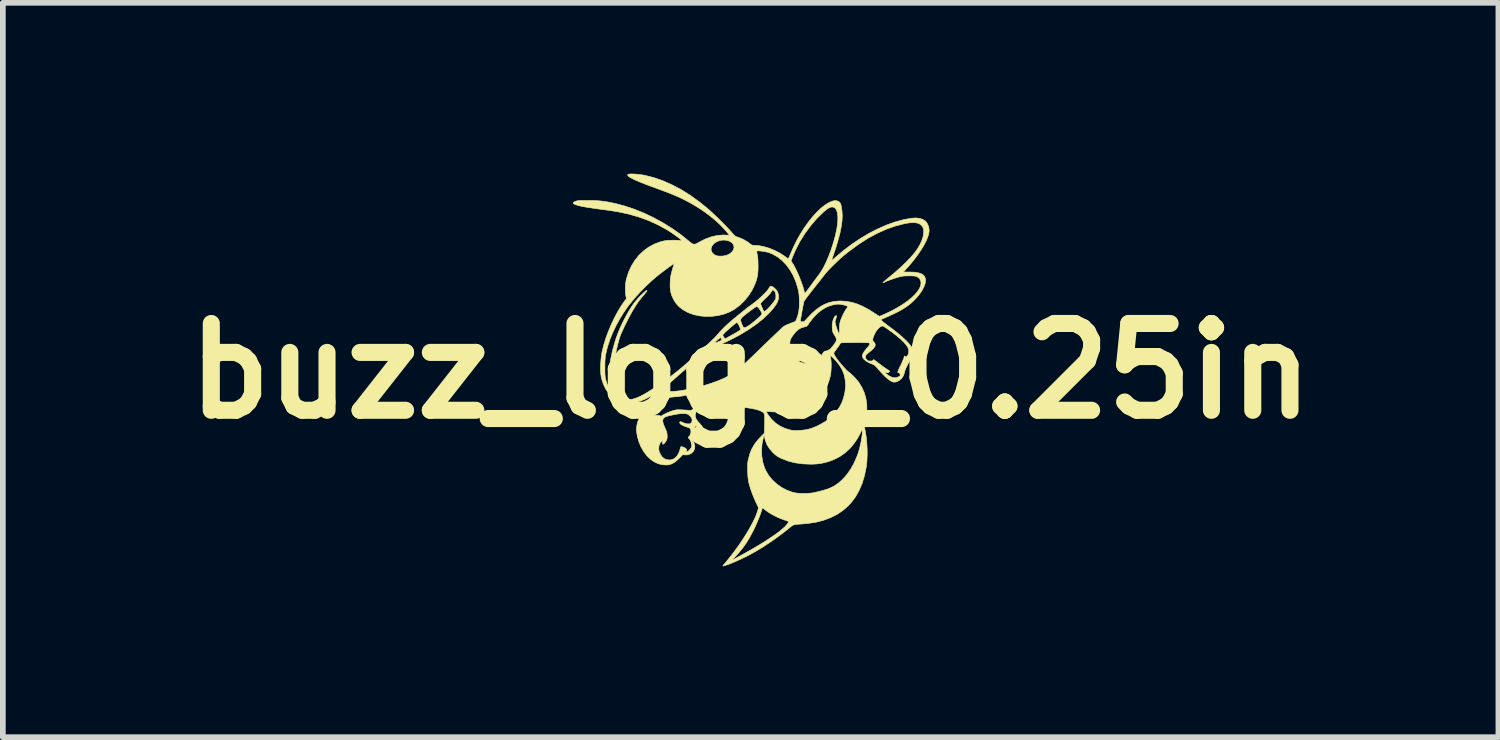
<source format=kicad_pcb>
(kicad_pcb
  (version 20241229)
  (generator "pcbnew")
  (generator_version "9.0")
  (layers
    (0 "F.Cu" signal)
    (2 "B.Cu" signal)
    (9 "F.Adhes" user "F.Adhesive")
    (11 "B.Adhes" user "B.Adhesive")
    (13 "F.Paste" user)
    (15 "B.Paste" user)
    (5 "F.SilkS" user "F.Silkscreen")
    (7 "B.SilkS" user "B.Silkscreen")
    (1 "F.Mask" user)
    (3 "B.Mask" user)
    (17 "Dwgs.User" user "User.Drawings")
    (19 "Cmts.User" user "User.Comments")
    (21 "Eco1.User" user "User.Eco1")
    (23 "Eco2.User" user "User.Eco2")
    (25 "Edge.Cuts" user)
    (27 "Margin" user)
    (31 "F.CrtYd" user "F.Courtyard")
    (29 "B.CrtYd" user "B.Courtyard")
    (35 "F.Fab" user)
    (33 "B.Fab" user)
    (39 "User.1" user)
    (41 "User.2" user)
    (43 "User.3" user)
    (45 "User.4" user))
  (footprint "buzz_logo_0.25in"
    (layer "F.Cu")
    (at 10.131 3.465)
    (property "Reference" "buzz_logo_0.25in" (at 0 0 0) (layer "F.SilkS") (effects (font (size 1.524 1.524) (thickness 0.3))))
    (attr through_hole)
    (fp_poly (pts (xy -2.039 -3.459) (xy -1.991 -3.455) (xy -1.943 -3.45) (xy -1.896 -3.443) (xy -1.861 -3.437) (xy -1.7 -3.396) (xy -1.539 -3.34) (xy -1.379 -3.269) (xy -1.218 -3.184) (xy -1.057 -3.083) (xy -0.896 -2.966) (xy -0.778 -2.872) (xy -0.734 -2.834) (xy -0.682 -2.787) (xy -0.626 -2.734) (xy -0.567 -2.677) (xy -0.508 -2.619) (xy -0.452 -2.562) (xy -0.4 -2.509) (xy -0.357 -2.462) (xy -0.33 -2.431) (xy -0.303 -2.401) (xy -0.284 -2.381) (xy -0.267 -2.368) (xy -0.25 -2.359) (xy -0.231 -2.353) (xy -0.174 -2.332) (xy -0.114 -2.303) (xy -0.057 -2.269) (xy -0.024 -2.245) (xy 0.001 -2.225) (xy 0.02 -2.214) (xy 0.037 -2.208) (xy 0.059 -2.207) (xy 0.073 -2.207) (xy 0.153 -2.2) (xy 0.239 -2.183) (xy 0.328 -2.156) (xy 0.418 -2.119) (xy 0.505 -2.075) (xy 0.586 -2.024) (xy 0.595 -2.017) (xy 0.62 -1.999) (xy 0.641 -1.984) (xy 0.654 -1.975) (xy 0.656 -1.975) (xy 0.663 -1.978) (xy 0.673 -1.994) (xy 0.687 -2.025) (xy 0.699 -2.054) (xy 0.752 -2.175) (xy 0.81 -2.293) (xy 0.874 -2.407) (xy 0.942 -2.514) (xy 1.013 -2.614) (xy 1.086 -2.706) (xy 1.16 -2.787) (xy 1.233 -2.857) (xy 1.306 -2.915) (xy 1.377 -2.958) (xy 1.382 -2.96) (xy 1.431 -2.982) (xy 1.472 -2.992) (xy 1.507 -2.991) (xy 1.538 -2.98) (xy 1.549 -2.973) (xy 1.563 -2.961) (xy 1.575 -2.947) (xy 1.583 -2.927) (xy 1.591 -2.899) (xy 1.597 -2.86) (xy 1.604 -2.814) (xy 1.609 -2.731) (xy 1.605 -2.638) (xy 1.591 -2.534) (xy 1.568 -2.419) (xy 1.535 -2.294) (xy 1.493 -2.156) (xy 1.478 -2.111) (xy 1.462 -2.066) (xy 1.448 -2.024) (xy 1.437 -1.99) (xy 1.428 -1.965) (xy 1.424 -1.953) (xy 1.424 -1.947) (xy 1.431 -1.949) (xy 1.446 -1.959) (xy 1.471 -1.98) (xy 1.485 -1.993) (xy 1.629 -2.114) (xy 1.777 -2.226) (xy 1.928 -2.327) (xy 2.08 -2.418) (xy 2.233 -2.496) (xy 2.385 -2.563) (xy 2.534 -2.616) (xy 2.68 -2.657) (xy 2.822 -2.683) (xy 2.828 -2.683) (xy 2.9 -2.688) (xy 2.964 -2.681) (xy 3.019 -2.664) (xy 3.064 -2.637) (xy 3.09 -2.609) (xy 3.112 -2.57) (xy 3.128 -2.523) (xy 3.135 -2.475) (xy 3.135 -2.467) (xy 3.129 -2.417) (xy 3.112 -2.358) (xy 3.085 -2.291) (xy 3.048 -2.219) (xy 3.002 -2.141) (xy 2.949 -2.061) (xy 2.888 -1.978) (xy 2.821 -1.894) (xy 2.749 -1.811) (xy 2.745 -1.808) (xy 2.682 -1.738) (xy 2.788 -1.738) (xy 2.868 -1.736) (xy 2.933 -1.727) (xy 2.985 -1.713) (xy 3.024 -1.692) (xy 3.051 -1.664) (xy 3.067 -1.629) (xy 3.072 -1.588) (xy 3.065 -1.538) (xy 3.045 -1.483) (xy 3.015 -1.424) (xy 2.975 -1.362) (xy 2.926 -1.301) (xy 2.871 -1.242) (xy 2.811 -1.186) (xy 2.746 -1.137) (xy 2.729 -1.125) (xy 2.678 -1.093) (xy 2.624 -1.061) (xy 2.563 -1.029) (xy 2.494 -0.996) (xy 2.412 -0.958) (xy 2.407 -0.956) (xy 2.286 -0.902) (xy 2.304 -0.882) (xy 2.315 -0.872) (xy 2.337 -0.854) (xy 2.368 -0.83) (xy 2.405 -0.801) (xy 2.448 -0.769) (xy 2.477 -0.748) (xy 2.548 -0.693) (xy 2.615 -0.638) (xy 2.675 -0.585) (xy 2.728 -0.536) (xy 2.772 -0.49) (xy 2.804 -0.451) (xy 2.821 -0.427) (xy 2.833 -0.405) (xy 2.839 -0.387) (xy 2.841 -0.365) (xy 2.841 -0.334) (xy 2.84 -0.327) (xy 2.838 -0.296) (xy 2.834 -0.27) (xy 2.825 -0.246) (xy 2.811 -0.216) (xy 2.802 -0.198) (xy 2.774 -0.144) (xy 2.752 -0.101) (xy 2.735 -0.067) (xy 2.723 -0.04) (xy 2.714 -0.017) (xy 2.707 0.005) (xy 2.702 0.027) (xy 2.701 0.031) (xy 2.681 0.086) (xy 2.651 0.13) (xy 2.609 0.165) (xy 2.584 0.179) (xy 2.547 0.193) (xy 2.514 0.195) (xy 2.481 0.186) (xy 2.444 0.164) (xy 2.431 0.155) (xy 2.396 0.128) (xy 2.363 0.099) (xy 2.329 0.065) (xy 2.291 0.024) (xy 2.246 -0.027) (xy 2.245 -0.028) (xy 2.217 -0.06) (xy 2.195 -0.084) (xy 2.177 -0.099) (xy 2.16 -0.111) (xy 2.141 -0.12) (xy 2.117 -0.129) (xy 2.065 -0.152) (xy 2.021 -0.179) (xy 1.988 -0.208) (xy 1.968 -0.238) (xy 1.965 -0.248) (xy 2.016 -0.248) (xy 2.024 -0.218) (xy 2.039 -0.198) (xy 2.057 -0.183) (xy 2.075 -0.176) (xy 2.101 -0.175) (xy 2.103 -0.175) (xy 2.128 -0.176) (xy 2.142 -0.18) (xy 2.149 -0.189) (xy 2.15 -0.191) (xy 2.153 -0.197) (xy 2.159 -0.199) (xy 2.169 -0.195) (xy 2.186 -0.183) (xy 2.212 -0.164) (xy 2.231 -0.149) (xy 2.284 -0.109) (xy 2.328 -0.076) (xy 2.366 -0.049) (xy 2.403 -0.025) (xy 2.412 -0.02) (xy 2.432 -0.007) (xy 2.44 0.001) (xy 2.439 0.009) (xy 2.432 0.017) (xy 2.419 0.027) (xy 2.401 0.029) (xy 2.386 0.028) (xy 2.353 0.023) (xy 2.385 0.052) (xy 2.423 0.08) (xy 2.464 0.102) (xy 2.503 0.116) (xy 2.528 0.119) (xy 2.556 0.115) (xy 2.586 0.106) (xy 2.594 0.103) (xy 2.614 0.092) (xy 2.626 0.082) (xy 2.627 0.078) (xy 2.623 0.053) (xy 2.613 0.036) (xy 2.603 0.032) (xy 2.588 0.027) (xy 2.583 0.023) (xy 2.585 0.013) (xy 2.592 -0.008) (xy 2.605 -0.038) (xy 2.622 -0.074) (xy 2.63 -0.09) (xy 2.65 -0.131) (xy 2.667 -0.17) (xy 2.681 -0.204) (xy 2.69 -0.228) (xy 2.692 -0.233) (xy 2.698 -0.256) (xy 2.702 -0.265) (xy 2.708 -0.263) (xy 2.712 -0.257) (xy 2.726 -0.248) (xy 2.741 -0.254) (xy 2.758 -0.275) (xy 2.764 -0.286) (xy 2.777 -0.327) (xy 2.776 -0.371) (xy 2.761 -0.413) (xy 2.759 -0.419) (xy 2.729 -0.461) (xy 2.687 -0.509) (xy 2.633 -0.561) (xy 2.568 -0.616) (xy 2.494 -0.674) (xy 2.412 -0.733) (xy 2.364 -0.766) (xy 2.339 -0.782) (xy 2.322 -0.789) (xy 2.31 -0.791) (xy 2.297 -0.787) (xy 2.294 -0.786) (xy 2.262 -0.766) (xy 2.229 -0.733) (xy 2.198 -0.69) (xy 2.178 -0.652) (xy 2.158 -0.606) (xy 2.147 -0.571) (xy 2.144 -0.545) (xy 2.151 -0.525) (xy 2.162 -0.511) (xy 2.182 -0.486) (xy 2.189 -0.46) (xy 2.182 -0.432) (xy 2.161 -0.401) (xy 2.125 -0.366) (xy 2.098 -0.344) (xy 2.07 -0.321) (xy 2.046 -0.3) (xy 2.029 -0.284) (xy 2.024 -0.278) (xy 2.016 -0.248) (xy 1.965 -0.248) (xy 1.961 -0.266) (xy 1.967 -0.294) (xy 1.986 -0.33) (xy 2.017 -0.372) (xy 2.043 -0.403) (xy 2.072 -0.437) (xy 2.089 -0.461) (xy 2.094 -0.478) (xy 2.089 -0.489) (xy 2.074 -0.495) (xy 2.06 -0.496) (xy 2.032 -0.497) (xy 1.994 -0.498) (xy 1.948 -0.499) (xy 1.896 -0.499) (xy 1.841 -0.499) (xy 1.786 -0.499) (xy 1.733 -0.498) (xy 1.685 -0.498) (xy 1.644 -0.497) (xy 1.614 -0.496) (xy 1.596 -0.495) (xy 1.593 -0.495) (xy 1.578 -0.489) (xy 1.572 -0.481) (xy 1.567 -0.471) (xy 1.555 -0.452) (xy 1.536 -0.425) (xy 1.516 -0.398) (xy 1.494 -0.368) (xy 1.476 -0.341) (xy 1.464 -0.322) (xy 1.46 -0.312) (xy 1.465 -0.295) (xy 1.478 -0.27) (xy 1.496 -0.24) (xy 1.518 -0.208) (xy 1.531 -0.191) (xy 1.573 -0.139) (xy 1.613 -0.092) (xy 1.651 -0.05) (xy 1.683 -0.016) (xy 1.709 0.008) (xy 1.719 0.015) (xy 1.757 0.046) (xy 1.8 0.086) (xy 1.842 0.13) (xy 1.879 0.173) (xy 1.899 0.198) (xy 1.954 0.289) (xy 1.996 0.383) (xy 2.025 0.483) (xy 2.04 0.59) (xy 2.041 0.703) (xy 2.029 0.824) (xy 2.016 0.904) (xy 1.999 0.986) (xy 2.015 1.066) (xy 2.03 1.16) (xy 2.04 1.263) (xy 2.046 1.369) (xy 2.047 1.476) (xy 2.042 1.578) (xy 2.033 1.671) (xy 2.028 1.699) (xy 1.998 1.843) (xy 1.957 1.975) (xy 1.906 2.095) (xy 1.845 2.204) (xy 1.772 2.303) (xy 1.715 2.366) (xy 1.622 2.447) (xy 1.519 2.517) (xy 1.406 2.574) (xy 1.283 2.62) (xy 1.149 2.655) (xy 1.004 2.677) (xy 0.929 2.684) (xy 0.872 2.688) (xy 0.828 2.691) (xy 0.795 2.695) (xy 0.77 2.699) (xy 0.75 2.705) (xy 0.733 2.714) (xy 0.716 2.726) (xy 0.696 2.741) (xy 0.677 2.757) (xy 0.573 2.84) (xy 0.46 2.924) (xy 0.343 3.006) (xy 0.227 3.083) (xy 0.114 3.152) (xy 0.067 3.179) (xy -0.007 3.22) (xy -0.086 3.261) (xy -0.167 3.3) (xy -0.246 3.336) (xy -0.321 3.368) (xy -0.388 3.395) (xy -0.445 3.414) (xy -0.451 3.416) (xy -0.475 3.423) (xy -0.486 3.425) (xy -0.488 3.422) (xy -0.483 3.415) (xy -0.474 3.404) (xy -0.457 3.383) (xy -0.435 3.357) (xy -0.413 3.33) (xy -0.411 3.328) (xy -0.337 3.328) (xy -0.274 3.294) (xy -0.244 3.278) (xy -0.205 3.256) (xy -0.16 3.232) (xy -0.114 3.207) (xy -0.095 3.196) (xy 0.024 3.129) (xy 0.135 3.064) (xy 0.238 3.001) (xy 0.331 2.94) (xy 0.415 2.883) (xy 0.488 2.831) (xy 0.548 2.782) (xy 0.597 2.739) (xy 0.632 2.701) (xy 0.643 2.687) (xy 0.657 2.666) (xy 0.665 2.65) (xy 0.667 2.645) (xy 0.66 2.64) (xy 0.641 2.632) (xy 0.613 2.622) (xy 0.597 2.617) (xy 0.528 2.592) (xy 0.456 2.561) (xy 0.387 2.525) (xy 0.322 2.487) (xy 0.267 2.448) (xy 0.24 2.426) (xy 0.209 2.398) (xy 0.191 2.455) (xy 0.17 2.516) (xy 0.143 2.586) (xy 0.112 2.66) (xy 0.08 2.734) (xy 0.047 2.801) (xy 0.043 2.81) (xy -0.017 2.922) (xy -0.077 3.021) (xy -0.141 3.11) (xy -0.21 3.194) (xy -0.261 3.25) (xy -0.337 3.328) (xy -0.411 3.328) (xy -0.34 3.24) (xy -0.27 3.147) (xy -0.201 3.051) (xy -0.137 2.956) (xy -0.077 2.861) (xy -0.022 2.769) (xy 0.026 2.682) (xy 0.067 2.601) (xy 0.099 2.528) (xy 0.121 2.464) (xy 0.125 2.45) (xy 0.138 2.399) (xy 0.089 2.297) (xy 0.056 2.221) (xy 0.024 2.141) (xy -0.004 2.06) (xy -0.026 1.984) (xy -0.036 1.945) (xy -0.041 1.913) (xy -0.046 1.871) (xy -0.05 1.821) (xy -0.053 1.769) (xy -0.053 1.758) (xy -0.054 1.705) (xy -0.054 1.664) (xy -0.053 1.63) (xy -0.049 1.599) (xy -0.044 1.567) (xy -0.041 1.556) (xy -0.014 1.453) (xy 0.014 1.385) (xy 0.192 1.385) (xy 0.196 1.494) (xy 0.213 1.599) (xy 0.244 1.698) (xy 0.267 1.75) (xy 0.318 1.835) (xy 0.382 1.913) (xy 0.456 1.982) (xy 0.54 2.042) (xy 0.63 2.09) (xy 0.726 2.126) (xy 0.774 2.138) (xy 0.82 2.145) (xy 0.876 2.149) (xy 0.937 2.15) (xy 0.999 2.149) (xy 1.056 2.144) (xy 1.096 2.139) (xy 1.145 2.128) (xy 1.201 2.115) (xy 1.258 2.1) (xy 1.311 2.085) (xy 1.357 2.07) (xy 1.374 2.064) (xy 1.459 2.024) (xy 1.54 1.97) (xy 1.617 1.901) (xy 1.688 1.821) (xy 1.754 1.728) (xy 1.812 1.625) (xy 1.862 1.513) (xy 1.884 1.456) (xy 1.898 1.41) (xy 1.912 1.36) (xy 1.925 1.306) (xy 1.937 1.253) (xy 1.946 1.201) (xy 1.954 1.152) (xy 1.959 1.11) (xy 1.962 1.076) (xy 1.961 1.052) (xy 1.957 1.041) (xy 1.955 1.04) (xy 1.949 1.047) (xy 1.939 1.065) (xy 1.927 1.09) (xy 1.925 1.093) (xy 1.898 1.146) (xy 1.863 1.204) (xy 1.822 1.263) (xy 1.78 1.318) (xy 1.739 1.364) (xy 1.736 1.367) (xy 1.651 1.443) (xy 1.56 1.506) (xy 1.461 1.555) (xy 1.389 1.583) (xy 1.311 1.606) (xy 1.237 1.622) (xy 1.161 1.632) (xy 1.078 1.636) (xy 1.048 1.636) (xy 0.91 1.63) (xy 0.781 1.612) (xy 0.661 1.582) (xy 0.551 1.539) (xy 0.532 1.531) (xy 0.491 1.51) (xy 0.459 1.491) (xy 0.431 1.469) (xy 0.401 1.441) (xy 0.385 1.426) (xy 0.328 1.359) (xy 0.285 1.289) (xy 0.258 1.217) (xy 0.255 1.206) (xy 0.249 1.179) (xy 0.243 1.153) (xy 0.241 1.147) (xy 0.238 1.134) (xy 0.235 1.132) (xy 0.231 1.142) (xy 0.225 1.163) (xy 0.201 1.274) (xy 0.192 1.385) (xy 0.014 1.385) (xy 0.025 1.36) (xy 0.076 1.274) (xy 0.141 1.194) (xy 0.166 1.167) (xy 0.241 1.092) (xy 0.245 0.927) (xy 0.246 0.867) (xy 0.246 0.821) (xy 0.245 0.786) (xy 0.241 0.761) (xy 0.234 0.743) (xy 0.224 0.729) (xy 0.21 0.719) (xy 0.193 0.71) (xy 0.272 0.71) (xy 0.275 0.717) (xy 0.285 0.734) (xy 0.3 0.757) (xy 0.306 0.767) (xy 0.367 0.846) (xy 0.438 0.913) (xy 0.518 0.968) (xy 0.607 1.009) (xy 0.705 1.037) (xy 0.721 1.04) (xy 0.764 1.045) (xy 0.817 1.045) (xy 0.875 1.042) (xy 0.935 1.036) (xy 0.991 1.027) (xy 1.019 1.021) (xy 1.088 0.999) (xy 1.163 0.968) (xy 1.237 0.931) (xy 1.304 0.891) (xy 1.337 0.868) (xy 1.379 0.834) (xy 1.423 0.794) (xy 1.467 0.75) (xy 1.507 0.705) (xy 1.541 0.664) (xy 1.563 0.631) (xy 1.603 0.553) (xy 1.634 0.466) (xy 1.655 0.374) (xy 1.666 0.282) (xy 1.667 0.248) (xy 1.66 0.152) (xy 1.641 0.063) (xy 1.608 -0.021) (xy 1.56 -0.102) (xy 1.498 -0.18) (xy 1.464 -0.215) (xy 1.439 -0.24) (xy 1.418 -0.259) (xy 1.404 -0.271) (xy 1.399 -0.274) (xy 1.399 -0.266) (xy 1.401 -0.246) (xy 1.406 -0.225) (xy 1.412 -0.182) (xy 1.415 -0.128) (xy 1.415 -0.069) (xy 1.412 -0.01) (xy 1.407 0.045) (xy 1.402 0.074) (xy 1.384 0.147) (xy 1.358 0.222) (xy 1.327 0.297) (xy 1.291 0.368) (xy 1.252 0.432) (xy 1.212 0.487) (xy 1.171 0.529) (xy 1.164 0.536) (xy 1.113 0.572) (xy 1.052 0.607) (xy 0.986 0.638) (xy 0.933 0.658) (xy 0.844 0.682) (xy 0.745 0.701) (xy 0.639 0.714) (xy 0.529 0.72) (xy 0.422 0.719) (xy 0.369 0.716) (xy 0.332 0.713) (xy 0.302 0.711) (xy 0.28 0.71) (xy 0.272 0.71) (xy 0.272 0.71) (xy 0.193 0.71) (xy 0.191 0.709) (xy 0.181 0.704) (xy 0.155 0.693) (xy 0.126 0.683) (xy 0.094 0.674) (xy 0.055 0.665) (xy 0.008 0.656) (xy -0.048 0.648) (xy -0.116 0.638) (xy -0.197 0.628) (xy -0.234 0.623) (xy -0.275 0.619) (xy -0.327 0.615) (xy -0.386 0.61) (xy -0.448 0.607) (xy -0.508 0.604) (xy -0.516 0.603) (xy -0.589 0.6) (xy -0.647 0.596) (xy -0.695 0.591) (xy -0.734 0.584) (xy -0.767 0.576) (xy -0.796 0.566) (xy -0.82 0.554) (xy -0.839 0.545) (xy -0.851 0.541) (xy -0.852 0.541) (xy -0.857 0.549) (xy -0.868 0.566) (xy -0.884 0.59) (xy -0.89 0.6) (xy -0.927 0.658) (xy -0.952 0.707) (xy -0.968 0.748) (xy -0.973 0.784) (xy -0.968 0.817) (xy -0.953 0.849) (xy -0.928 0.883) (xy -0.904 0.91) (xy -0.867 0.952) (xy -0.842 0.988) (xy -0.829 1.02) (xy -0.826 1.051) (xy -0.833 1.083) (xy -0.837 1.091) (xy -0.853 1.115) (xy -0.88 1.134) (xy -0.921 1.151) (xy -0.956 1.162) (xy -0.983 1.17) (xy -1.005 1.18) (xy -1.015 1.186) (xy -1.022 1.195) (xy -1.022 1.205) (xy -1.016 1.221) (xy -1.006 1.24) (xy -0.988 1.281) (xy -0.98 1.314) (xy -0.981 1.347) (xy -0.985 1.368) (xy -1.002 1.407) (xy -1.032 1.439) (xy -1.07 1.461) (xy -1.113 1.473) (xy -1.156 1.473) (xy -1.19 1.468) (xy -1.256 1.534) (xy -1.305 1.579) (xy -1.349 1.611) (xy -1.392 1.633) (xy -1.437 1.646) (xy -1.472 1.65) (xy -1.548 1.646) (xy -1.623 1.628) (xy -1.695 1.594) (xy -1.758 1.55) (xy -1.82 1.491) (xy -1.875 1.419) (xy -1.908 1.361) (xy -1.615 1.361) (xy -1.608 1.408) (xy -1.585 1.464) (xy -1.554 1.508) (xy -1.515 1.54) (xy -1.47 1.558) (xy -1.42 1.562) (xy -1.379 1.555) (xy -1.339 1.536) (xy -1.302 1.504) (xy -1.272 1.459) (xy -1.248 1.406) (xy -1.237 1.367) (xy -1.231 1.343) (xy -1.226 1.331) (xy -1.217 1.328) (xy -1.203 1.33) (xy -1.173 1.34) (xy -1.145 1.355) (xy -1.126 1.373) (xy -1.124 1.375) (xy -1.12 1.388) (xy -1.13 1.399) (xy -1.131 1.401) (xy -1.141 1.409) (xy -1.138 1.412) (xy -1.122 1.413) (xy -1.103 1.409) (xy -1.084 1.397) (xy -1.069 1.381) (xy -1.047 1.353) (xy -1.036 1.328) (xy -1.035 1.3) (xy -1.04 1.275) (xy -1.053 1.23) (xy -1.07 1.198) (xy -1.087 1.181) (xy -1.095 1.175) (xy -1.096 1.167) (xy -1.087 1.155) (xy -1.075 1.141) (xy -1.058 1.12) (xy -1.05 1.1) (xy -1.048 1.075) (xy -1.048 1.071) (xy -1.05 1.037) (xy -1.058 1.015) (xy -1.063 1.011) (xy -0.982 1.011) (xy -0.979 1.04) (xy -0.973 1.069) (xy -0.966 1.095) (xy -0.957 1.113) (xy -0.949 1.119) (xy -0.937 1.114) (xy -0.92 1.101) (xy -0.914 1.096) (xy -0.894 1.072) (xy -0.888 1.048) (xy -0.898 1.024) (xy -0.922 0.998) (xy -0.928 0.993) (xy -0.95 0.976) (xy -0.963 0.968) (xy -0.972 0.968) (xy -0.976 0.972) (xy -0.981 0.987) (xy -0.982 1.011) (xy -1.063 1.011) (xy -1.075 1) (xy -1.104 0.989) (xy -1.105 0.988) (xy -1.162 0.969) (xy -1.203 0.95) (xy -1.231 0.932) (xy -1.244 0.914) (xy -1.246 0.903) (xy -1.241 0.892) (xy -1.227 0.89) (xy -1.201 0.899) (xy -1.179 0.909) (xy -1.145 0.922) (xy -1.11 0.928) (xy -1.078 0.928) (xy -1.054 0.921) (xy -1.046 0.915) (xy -1.031 0.888) (xy -1.027 0.856) (xy -1.035 0.828) (xy -1.056 0.798) (xy -1.084 0.772) (xy -1.113 0.755) (xy -1.114 0.755) (xy -1.146 0.748) (xy -1.192 0.747) (xy -1.25 0.751) (xy -1.318 0.761) (xy -1.362 0.77) (xy -1.416 0.781) (xy -1.457 0.792) (xy -1.488 0.802) (xy -1.509 0.812) (xy -1.523 0.824) (xy -1.534 0.838) (xy -1.536 0.842) (xy -1.543 0.86) (xy -1.544 0.88) (xy -1.539 0.906) (xy -1.529 0.939) (xy -1.511 0.982) (xy -1.499 1.01) (xy -1.483 1.047) (xy -1.473 1.076) (xy -1.468 1.101) (xy -1.466 1.128) (xy -1.465 1.139) (xy -1.466 1.173) (xy -1.47 1.197) (xy -1.48 1.219) (xy -1.487 1.232) (xy -1.507 1.261) (xy -1.527 1.28) (xy -1.543 1.286) (xy -1.546 1.279) (xy -1.548 1.261) (xy -1.548 1.253) (xy -1.548 1.22) (xy -1.565 1.235) (xy -1.592 1.27) (xy -1.609 1.314) (xy -1.615 1.361) (xy -1.908 1.361) (xy -1.923 1.337) (xy -1.961 1.247) (xy -1.988 1.153) (xy -2.004 1.06) (xy -2.005 1.016) (xy -2 0.967) (xy -1.99 0.917) (xy -1.976 0.874) (xy -1.969 0.859) (xy -1.949 0.828) (xy -1.923 0.802) (xy -1.818 0.802) (xy -1.811 0.803) (xy -1.793 0.799) (xy -1.768 0.792) (xy -1.732 0.783) (xy -1.693 0.777) (xy -1.671 0.775) (xy -1.64 0.776) (xy -1.611 0.781) (xy -1.597 0.785) (xy -1.578 0.791) (xy -1.566 0.79) (xy -1.558 0.784) (xy -1.536 0.769) (xy -1.503 0.752) (xy -1.463 0.733) (xy -1.419 0.715) (xy -1.375 0.7) (xy -1.347 0.691) (xy -1.324 0.685) (xy -1.303 0.682) (xy -1.279 0.68) (xy -1.248 0.68) (xy -1.207 0.682) (xy -1.191 0.683) (xy -1.149 0.685) (xy -1.111 0.688) (xy -1.083 0.69) (xy -1.065 0.693) (xy -1.062 0.694) (xy -1.05 0.694) (xy -1.031 0.682) (xy -1.013 0.667) (xy -0.981 0.632) (xy -0.959 0.594) (xy -0.946 0.549) (xy -0.942 0.53) (xy -0.943 0.516) (xy -0.95 0.501) (xy -0.966 0.481) (xy -0.971 0.474) (xy -0.992 0.45) (xy -1.013 0.429) (xy -1.026 0.418) (xy -1.041 0.408) (xy -1.054 0.406) (xy -1.073 0.409) (xy -1.086 0.412) (xy -1.138 0.426) (xy -1.19 0.437) (xy -1.246 0.445) (xy -1.312 0.452) (xy -1.327 0.453) (xy -1.435 0.463) (xy -1.45 0.494) (xy -1.459 0.511) (xy -1.473 0.532) (xy -1.493 0.558) (xy -1.522 0.591) (xy -1.56 0.633) (xy -1.582 0.658) (xy -1.596 0.671) (xy -1.614 0.684) (xy -1.639 0.698) (xy -1.673 0.715) (xy -1.718 0.735) (xy -1.738 0.743) (xy -1.764 0.756) (xy -1.789 0.772) (xy -1.808 0.787) (xy -1.817 0.799) (xy -1.818 0.802) (xy -1.923 0.802) (xy -1.918 0.797) (xy -1.876 0.765) (xy -1.821 0.731) (xy -1.763 0.699) (xy -1.698 0.664) (xy -1.647 0.631) (xy -1.607 0.6) (xy -1.577 0.57) (xy -1.555 0.538) (xy -1.551 0.53) (xy -1.54 0.507) (xy -1.536 0.492) (xy -1.538 0.481) (xy -1.544 0.471) (xy -1.551 0.46) (xy -1.56 0.453) (xy -1.571 0.447) (xy -1.59 0.443) (xy -1.62 0.438) (xy -1.647 0.433) (xy -1.718 0.423) (xy -1.778 0.456) (xy -1.861 0.498) (xy -1.94 0.53) (xy -1.988 0.544) (xy -2.03 0.552) (xy -2.081 0.558) (xy -2.133 0.561) (xy -2.184 0.562) (xy -2.228 0.559) (xy -2.248 0.556) (xy -2.318 0.534) (xy -2.384 0.497) (xy -2.445 0.447) (xy -2.499 0.386) (xy -2.546 0.314) (xy -2.585 0.233) (xy -2.614 0.145) (xy -2.624 0.104) (xy -2.631 0.052) (xy -2.635 -0.012) (xy -2.635 -0.06) (xy -2.559 -0.06) (xy -2.559 -0.002) (xy -2.558 0.042) (xy -2.556 0.076) (xy -2.554 0.104) (xy -2.55 0.128) (xy -2.544 0.152) (xy -2.541 0.162) (xy -2.524 0.217) (xy -2.501 0.271) (xy -2.475 0.32) (xy -2.45 0.359) (xy -2.44 0.371) (xy -2.413 0.401) (xy -2.426 0.369) (xy -2.457 0.274) (xy -2.476 0.169) (xy -2.482 0.054) (xy -2.476 -0.071) (xy -2.458 -0.206) (xy -2.427 -0.351) (xy -2.385 -0.505) (xy -2.36 -0.583) (xy -2.328 -0.669) (xy -2.289 -0.762) (xy -2.244 -0.858) (xy -2.195 -0.953) (xy -2.144 -1.044) (xy -2.093 -1.127) (xy -2.046 -1.195) (xy -2.023 -1.224) (xy -1.994 -1.257) (xy -1.963 -1.292) (xy -1.931 -1.325) (xy -1.899 -1.356) (xy -1.87 -1.383) (xy -1.846 -1.403) (xy -1.829 -1.414) (xy -1.822 -1.416) (xy -1.819 -1.411) (xy -1.823 -1.401) (xy -1.836 -1.383) (xy -1.858 -1.357) (xy -1.866 -1.347) (xy -1.921 -1.283) (xy -1.969 -1.22) (xy -2.015 -1.152) (xy -2.063 -1.075) (xy -2.089 -1.029) (xy -2.119 -0.975) (xy -2.15 -0.916) (xy -2.181 -0.854) (xy -2.212 -0.793) (xy -2.239 -0.734) (xy -2.264 -0.681) (xy -2.283 -0.636) (xy -2.296 -0.602) (xy -2.297 -0.599) (xy -2.329 -0.487) (xy -2.357 -0.368) (xy -2.381 -0.245) (xy -2.398 -0.124) (xy -2.409 -0.008) (xy -2.413 0.098) (xy -2.413 0.099) (xy -2.409 0.198) (xy -2.398 0.282) (xy -2.379 0.353) (xy -2.352 0.41) (xy -2.318 0.454) (xy -2.276 0.485) (xy -2.225 0.502) (xy -2.166 0.507) (xy -2.099 0.499) (xy -2.069 0.493) (xy -2.032 0.482) (xy -1.993 0.468) (xy -1.953 0.451) (xy -1.91 0.43) (xy -1.861 0.403) (xy -1.806 0.371) (xy -1.744 0.331) (xy -1.671 0.284) (xy -1.588 0.229) (xy -1.573 0.218) (xy -1.473 0.148) (xy -1.364 0.065) (xy -1.245 -0.03) (xy -1.118 -0.138) (xy -0.981 -0.258) (xy -0.975 -0.263) (xy -0.909 -0.323) (xy -0.844 -0.382) (xy -0.783 -0.438) (xy -0.727 -0.492) (xy -0.724 -0.495) (xy -0.635 -0.495) (xy -0.633 -0.492) (xy -0.633 -0.492) (xy -0.625 -0.494) (xy -0.607 -0.5) (xy -0.594 -0.503) (xy -0.557 -0.517) (xy -0.528 -0.53) (xy -0.512 -0.543) (xy -0.508 -0.55) (xy -0.512 -0.564) (xy -0.519 -0.576) (xy -0.525 -0.582) (xy -0.532 -0.583) (xy -0.543 -0.578) (xy -0.56 -0.564) (xy -0.583 -0.545) (xy -0.61 -0.52) (xy -0.627 -0.504) (xy -0.635 -0.495) (xy -0.724 -0.495) (xy -0.677 -0.54) (xy -0.634 -0.583) (xy -0.6 -0.618) (xy -0.597 -0.622) (xy -0.488 -0.622) (xy -0.48 -0.607) (xy -0.472 -0.595) (xy -0.458 -0.576) (xy -0.448 -0.569) (xy -0.437 -0.571) (xy -0.434 -0.573) (xy -0.421 -0.58) (xy -0.398 -0.593) (xy -0.366 -0.611) (xy -0.329 -0.632) (xy -0.306 -0.645) (xy -0.267 -0.667) (xy -0.233 -0.687) (xy -0.206 -0.704) (xy -0.189 -0.715) (xy -0.184 -0.718) (xy -0.18 -0.732) (xy -0.184 -0.755) (xy -0.195 -0.784) (xy -0.211 -0.815) (xy -0.22 -0.827) (xy -0.24 -0.857) (xy -0.281 -0.825) (xy -0.316 -0.796) (xy -0.353 -0.765) (xy -0.389 -0.733) (xy -0.423 -0.703) (xy -0.451 -0.677) (xy -0.471 -0.657) (xy -0.481 -0.645) (xy -0.488 -0.632) (xy -0.488 -0.622) (xy -0.597 -0.622) (xy -0.577 -0.644) (xy -0.571 -0.651) (xy -0.552 -0.674) (xy -0.525 -0.704) (xy -0.493 -0.737) (xy -0.465 -0.766) (xy -0.431 -0.798) (xy -0.387 -0.838) (xy -0.335 -0.883) (xy -0.317 -0.898) (xy -0.176 -0.898) (xy -0.174 -0.878) (xy -0.166 -0.853) (xy -0.154 -0.821) (xy -0.153 -0.82) (xy -0.139 -0.787) (xy -0.126 -0.768) (xy -0.11 -0.761) (xy -0.09 -0.765) (xy -0.069 -0.775) (xy -0.046 -0.789) (xy -0.015 -0.809) (xy 0.019 -0.835) (xy 0.056 -0.864) (xy 0.092 -0.895) (xy 0.127 -0.924) (xy 0.157 -0.952) (xy 0.18 -0.975) (xy 0.195 -0.992) (xy 0.198 -1) (xy 0.194 -1.019) (xy 0.182 -1.046) (xy 0.166 -1.074) (xy 0.148 -1.1) (xy 0.134 -1.115) (xy 0.11 -1.135) (xy 0.078 -1.117) (xy 0.061 -1.107) (xy 0.035 -1.088) (xy 0.002 -1.064) (xy -0.035 -1.035) (xy -0.066 -1.012) (xy -0.108 -0.979) (xy -0.139 -0.953) (xy -0.16 -0.933) (xy -0.172 -0.915) (xy -0.176 -0.898) (xy -0.317 -0.898) (xy -0.278 -0.931) (xy -0.218 -0.98) (xy -0.158 -1.029) (xy -0.101 -1.075) (xy -0.049 -1.116) (xy -0.003 -1.15) (xy 0.025 -1.17) (xy 0.044 -1.184) (xy 0.174 -1.184) (xy 0.177 -1.173) (xy 0.185 -1.152) (xy 0.196 -1.126) (xy 0.208 -1.097) (xy 0.22 -1.071) (xy 0.23 -1.051) (xy 0.236 -1.041) (xy 0.237 -1.04) (xy 0.244 -1.044) (xy 0.259 -1.055) (xy 0.267 -1.061) (xy 0.29 -1.081) (xy 0.317 -1.109) (xy 0.347 -1.141) (xy 0.375 -1.176) (xy 0.402 -1.209) (xy 0.423 -1.239) (xy 0.437 -1.263) (xy 0.441 -1.274) (xy 0.444 -1.309) (xy 0.442 -1.345) (xy 0.435 -1.376) (xy 0.425 -1.397) (xy 0.424 -1.398) (xy 0.404 -1.417) (xy 0.389 -1.423) (xy 0.376 -1.415) (xy 0.363 -1.392) (xy 0.362 -1.391) (xy 0.344 -1.364) (xy 0.313 -1.328) (xy 0.271 -1.286) (xy 0.259 -1.275) (xy 0.229 -1.246) (xy 0.203 -1.22) (xy 0.185 -1.2) (xy 0.175 -1.186) (xy 0.174 -1.184) (xy 0.044 -1.184) (xy 0.063 -1.198) (xy 0.105 -1.232) (xy 0.149 -1.27) (xy 0.192 -1.309) (xy 0.232 -1.348) (xy 0.268 -1.385) (xy 0.296 -1.417) (xy 0.315 -1.442) (xy 0.319 -1.451) (xy 0.331 -1.472) (xy 0.341 -1.486) (xy 0.345 -1.489) (xy 0.365 -1.489) (xy 0.39 -1.478) (xy 0.417 -1.458) (xy 0.443 -1.432) (xy 0.465 -1.402) (xy 0.476 -1.38) (xy 0.49 -1.331) (xy 0.491 -1.281) (xy 0.478 -1.228) (xy 0.45 -1.173) (xy 0.408 -1.113) (xy 0.405 -1.108) (xy 0.316 -1.009) (xy 0.213 -0.912) (xy 0.094 -0.818) (xy -0.039 -0.726) (xy -0.186 -0.637) (xy -0.348 -0.551) (xy -0.447 -0.504) (xy -0.534 -0.463) (xy -0.607 -0.427) (xy -0.67 -0.395) (xy -0.724 -0.365) (xy -0.771 -0.337) (xy -0.813 -0.309) (xy -0.852 -0.281) (xy -0.89 -0.25) (xy -0.907 -0.235) (xy -0.939 -0.207) (xy -0.978 -0.175) (xy -1.015 -0.144) (xy -1.027 -0.134) (xy -1.055 -0.111) (xy -1.09 -0.081) (xy -1.131 -0.045) (xy -1.173 -0.008) (xy -1.206 0.021) (xy -1.278 0.085) (xy -1.341 0.14) (xy -1.394 0.187) (xy -1.441 0.227) (xy -1.482 0.26) (xy -1.519 0.289) (xy -1.527 0.296) (xy -1.555 0.318) (xy -1.572 0.332) (xy -1.58 0.342) (xy -1.58 0.348) (xy -1.575 0.352) (xy -1.559 0.356) (xy -1.531 0.359) (xy -1.492 0.36) (xy -1.447 0.36) (xy -1.397 0.359) (xy -1.347 0.357) (xy -1.298 0.353) (xy -1.253 0.348) (xy -1.238 0.346) (xy -1.093 0.321) (xy -0.952 0.29) (xy -0.816 0.254) (xy -0.688 0.214) (xy -0.568 0.17) (xy -0.459 0.123) (xy -0.36 0.072) (xy -0.275 0.02) (xy -0.219 -0.023) (xy -0.202 -0.038) (xy -0.174 -0.063) (xy -0.138 -0.097) (xy -0.094 -0.138) (xy -0.044 -0.186) (xy 0.012 -0.239) (xy 0.072 -0.297) (xy 0.134 -0.357) (xy 0.198 -0.419) (xy 0.216 -0.437) (xy 0.687 -0.437) (xy 0.688 -0.383) (xy 0.695 -0.341) (xy 0.709 -0.305) (xy 0.73 -0.271) (xy 0.759 -0.238) (xy 0.811 -0.192) (xy 0.868 -0.158) (xy 0.928 -0.136) (xy 0.99 -0.127) (xy 1.05 -0.131) (xy 1.099 -0.146) (xy 1.146 -0.174) (xy 1.192 -0.213) (xy 1.234 -0.262) (xy 1.258 -0.297) (xy 1.277 -0.326) (xy 1.292 -0.342) (xy 1.304 -0.349) (xy 1.308 -0.349) (xy 1.333 -0.354) (xy 1.363 -0.365) (xy 1.389 -0.38) (xy 1.4 -0.387) (xy 1.411 -0.399) (xy 1.429 -0.421) (xy 1.45 -0.447) (xy 1.462 -0.462) (xy 1.488 -0.498) (xy 1.503 -0.527) (xy 1.508 -0.552) (xy 1.502 -0.577) (xy 1.487 -0.607) (xy 1.473 -0.629) (xy 1.455 -0.659) (xy 1.444 -0.683) (xy 1.437 -0.708) (xy 1.433 -0.741) (xy 1.433 -0.745) (xy 1.432 -0.809) (xy 1.44 -0.867) (xy 1.456 -0.918) (xy 1.479 -0.958) (xy 1.483 -0.962) (xy 1.497 -0.974) (xy 1.505 -0.973) (xy 1.508 -0.96) (xy 1.504 -0.938) (xy 1.494 -0.907) (xy 1.493 -0.905) (xy 1.486 -0.888) (xy 1.483 -0.873) (xy 1.483 -0.858) (xy 1.488 -0.836) (xy 1.496 -0.805) (xy 1.497 -0.8) (xy 1.508 -0.762) (xy 1.521 -0.725) (xy 1.534 -0.692) (xy 1.545 -0.668) (xy 1.554 -0.656) (xy 1.555 -0.656) (xy 1.557 -0.662) (xy 1.558 -0.681) (xy 1.559 -0.709) (xy 1.56 -0.741) (xy 1.56 -0.786) (xy 1.563 -0.821) (xy 1.569 -0.851) (xy 1.577 -0.882) (xy 1.578 -0.885) (xy 1.601 -0.945) (xy 1.63 -1.006) (xy 1.661 -1.062) (xy 1.68 -1.091) (xy 1.696 -1.113) (xy 1.702 -1.126) (xy 1.701 -1.134) (xy 1.695 -1.14) (xy 1.677 -1.148) (xy 1.649 -1.157) (xy 1.615 -1.165) (xy 1.58 -1.171) (xy 1.549 -1.174) (xy 1.538 -1.175) (xy 1.479 -1.169) (xy 1.414 -1.153) (xy 1.347 -1.128) (xy 1.322 -1.116) (xy 1.242 -1.068) (xy 1.167 -1.007) (xy 1.096 -0.932) (xy 1.027 -0.842) (xy 1.024 -0.837) (xy 1.006 -0.81) (xy 0.992 -0.793) (xy 0.978 -0.784) (xy 0.962 -0.778) (xy 0.937 -0.773) (xy 0.936 -0.772) (xy 0.885 -0.756) (xy 0.837 -0.728) (xy 0.791 -0.687) (xy 0.755 -0.642) (xy 0.727 -0.603) (xy 0.707 -0.571) (xy 0.695 -0.539) (xy 0.689 -0.504) (xy 0.687 -0.461) (xy 0.687 -0.437) (xy 0.216 -0.437) (xy 0.261 -0.48) (xy 0.322 -0.539) (xy 0.379 -0.593) (xy 0.431 -0.643) (xy 0.477 -0.687) (xy 0.516 -0.724) (xy 0.547 -0.753) (xy 0.569 -0.773) (xy 0.581 -0.783) (xy 0.581 -0.783) (xy 0.601 -0.794) (xy 0.631 -0.809) (xy 0.667 -0.824) (xy 0.7 -0.838) (xy 0.773 -0.865) (xy 0.872 -0.865) (xy 0.906 -0.865) (xy 0.923 -0.866) (xy 0.937 -0.87) (xy 0.95 -0.879) (xy 0.968 -0.897) (xy 0.988 -0.919) (xy 1.067 -1.003) (xy 1.144 -1.072) (xy 1.22 -1.128) (xy 1.296 -1.17) (xy 1.373 -1.201) (xy 1.455 -1.22) (xy 1.541 -1.229) (xy 1.578 -1.23) (xy 1.676 -1.224) (xy 1.775 -1.206) (xy 1.874 -1.176) (xy 1.976 -1.132) (xy 2.083 -1.074) (xy 2.167 -1.02) (xy 2.201 -0.998) (xy 2.229 -0.98) (xy 2.251 -0.967) (xy 2.262 -0.961) (xy 2.263 -0.96) (xy 2.272 -0.964) (xy 2.293 -0.972) (xy 2.323 -0.985) (xy 2.358 -1.001) (xy 2.374 -1.008) (xy 2.482 -1.06) (xy 2.582 -1.115) (xy 2.673 -1.171) (xy 2.754 -1.228) (xy 2.825 -1.285) (xy 2.884 -1.341) (xy 2.931 -1.397) (xy 2.966 -1.45) (xy 2.986 -1.501) (xy 2.992 -1.543) (xy 2.986 -1.587) (xy 2.967 -1.622) (xy 2.934 -1.649) (xy 2.927 -1.653) (xy 2.912 -1.66) (xy 2.897 -1.665) (xy 2.878 -1.668) (xy 2.853 -1.67) (xy 2.817 -1.671) (xy 2.782 -1.671) (xy 2.734 -1.67) (xy 2.697 -1.669) (xy 2.666 -1.665) (xy 2.636 -1.66) (xy 2.603 -1.651) (xy 2.592 -1.648) (xy 2.546 -1.634) (xy 2.496 -1.617) (xy 2.445 -1.599) (xy 2.399 -1.582) (xy 2.362 -1.566) (xy 2.347 -1.558) (xy 2.33 -1.55) (xy 2.323 -1.55) (xy 2.328 -1.557) (xy 2.344 -1.573) (xy 2.373 -1.597) (xy 2.413 -1.63) (xy 2.415 -1.632) (xy 2.534 -1.731) (xy 2.638 -1.823) (xy 2.73 -1.911) (xy 2.808 -1.993) (xy 2.875 -2.07) (xy 2.929 -2.144) (xy 2.971 -2.215) (xy 3.003 -2.282) (xy 3.025 -2.348) (xy 3.03 -2.371) (xy 3.038 -2.433) (xy 3.037 -2.483) (xy 3.025 -2.524) (xy 3.002 -2.556) (xy 2.967 -2.582) (xy 2.955 -2.589) (xy 2.911 -2.602) (xy 2.855 -2.606) (xy 2.787 -2.602) (xy 2.705 -2.589) (xy 2.703 -2.588) (xy 2.544 -2.547) (xy 2.384 -2.491) (xy 2.224 -2.419) (xy 2.062 -2.332) (xy 1.901 -2.229) (xy 1.739 -2.111) (xy 1.631 -2.025) (xy 1.586 -1.986) (xy 1.538 -1.942) (xy 1.488 -1.894) (xy 1.439 -1.846) (xy 1.393 -1.799) (xy 1.352 -1.756) (xy 1.32 -1.72) (xy 1.303 -1.699) (xy 1.287 -1.677) (xy 1.262 -1.646) (xy 1.231 -1.606) (xy 1.195 -1.56) (xy 1.155 -1.511) (xy 1.114 -1.459) (xy 1.101 -1.442) (xy 1.062 -1.393) (xy 1.026 -1.346) (xy 0.994 -1.305) (xy 0.968 -1.269) (xy 0.949 -1.242) (xy 0.938 -1.224) (xy 0.936 -1.22) (xy 0.932 -1.203) (xy 0.926 -1.173) (xy 0.918 -1.135) (xy 0.91 -1.091) (xy 0.901 -1.044) (xy 0.893 -0.998) (xy 0.886 -0.957) (xy 0.88 -0.923) (xy 0.877 -0.903) (xy 0.872 -0.865) (xy 0.773 -0.865) (xy 0.79 -0.872) (xy 0.809 -0.918) (xy 0.83 -0.981) (xy 0.845 -1.048) (xy 0.854 -1.122) (xy 0.856 -1.205) (xy 0.855 -1.242) (xy 0.853 -1.296) (xy 0.85 -1.339) (xy 0.846 -1.375) (xy 0.839 -1.41) (xy 0.83 -1.449) (xy 0.827 -1.46) (xy 0.791 -1.577) (xy 0.744 -1.684) (xy 0.688 -1.781) (xy 0.623 -1.868) (xy 0.561 -1.932) (xy 0.709 -1.932) (xy 0.736 -1.893) (xy 0.762 -1.85) (xy 0.79 -1.796) (xy 0.82 -1.733) (xy 0.85 -1.665) (xy 0.877 -1.596) (xy 0.902 -1.528) (xy 0.923 -1.466) (xy 0.937 -1.413) (xy 0.941 -1.395) (xy 0.946 -1.376) (xy 0.951 -1.366) (xy 0.953 -1.365) (xy 0.959 -1.371) (xy 0.973 -1.389) (xy 0.994 -1.415) (xy 1.019 -1.448) (xy 1.048 -1.487) (xy 1.059 -1.502) (xy 1.092 -1.548) (xy 1.126 -1.594) (xy 1.158 -1.637) (xy 1.185 -1.673) (xy 1.206 -1.701) (xy 1.207 -1.702) (xy 1.246 -1.76) (xy 1.287 -1.832) (xy 1.327 -1.914) (xy 1.367 -2.007) (xy 1.405 -2.106) (xy 1.44 -2.211) (xy 1.472 -2.319) (xy 1.491 -2.395) (xy 1.512 -2.489) (xy 1.525 -2.574) (xy 1.531 -2.651) (xy 1.531 -2.718) (xy 1.524 -2.775) (xy 1.511 -2.82) (xy 1.491 -2.854) (xy 1.465 -2.874) (xy 1.433 -2.881) (xy 1.405 -2.877) (xy 1.374 -2.864) (xy 1.338 -2.84) (xy 1.295 -2.806) (xy 1.274 -2.787) (xy 1.159 -2.675) (xy 1.052 -2.549) (xy 0.953 -2.415) (xy 0.864 -2.272) (xy 0.788 -2.125) (xy 0.74 -2.012) (xy 0.709 -1.932) (xy 0.561 -1.932) (xy 0.551 -1.943) (xy 0.471 -2.005) (xy 0.385 -2.054) (xy 0.333 -2.075) (xy 0.302 -2.085) (xy 0.266 -2.093) (xy 0.226 -2.1) (xy 0.188 -2.106) (xy 0.154 -2.109) (xy 0.127 -2.11) (xy 0.112 -2.107) (xy 0.11 -2.106) (xy 0.108 -2.093) (xy 0.111 -2.067) (xy 0.117 -2.043) (xy 0.122 -2.015) (xy 0.126 -1.982) (xy 0.129 -1.941) (xy 0.13 -1.889) (xy 0.131 -1.849) (xy 0.13 -1.778) (xy 0.126 -1.717) (xy 0.118 -1.663) (xy 0.106 -1.612) (xy 0.089 -1.559) (xy 0.071 -1.515) (xy 0.023 -1.415) (xy -0.039 -1.319) (xy -0.113 -1.23) (xy -0.195 -1.151) (xy -0.284 -1.085) (xy -0.294 -1.078) (xy -0.381 -1.032) (xy -0.476 -0.997) (xy -0.578 -0.973) (xy -0.683 -0.96) (xy -0.79 -0.958) (xy -0.894 -0.968) (xy -0.994 -0.989) (xy -1.087 -1.021) (xy -1.107 -1.031) (xy -1.187 -1.075) (xy -1.252 -1.125) (xy -1.306 -1.182) (xy -1.349 -1.248) (xy -1.362 -1.274) (xy -1.385 -1.326) (xy -1.4 -1.374) (xy -1.409 -1.424) (xy -1.414 -1.48) (xy -1.414 -1.52) (xy -1.412 -1.59) (xy -1.405 -1.655) (xy -1.391 -1.721) (xy -1.371 -1.794) (xy -1.365 -1.813) (xy -1.355 -1.844) (xy -1.348 -1.869) (xy -1.344 -1.884) (xy -1.344 -1.886) (xy -1.351 -1.883) (xy -1.369 -1.871) (xy -1.395 -1.853) (xy -1.428 -1.83) (xy -1.465 -1.803) (xy -1.505 -1.773) (xy -1.545 -1.743) (xy -1.583 -1.714) (xy -1.617 -1.687) (xy -1.631 -1.676) (xy -1.733 -1.59) (xy -1.836 -1.493) (xy -1.938 -1.389) (xy -2.035 -1.282) (xy -2.122 -1.176) (xy -2.163 -1.123) (xy -2.234 -1.02) (xy -2.302 -0.909) (xy -2.365 -0.794) (xy -2.42 -0.677) (xy -2.467 -0.563) (xy -2.504 -0.454) (xy -2.512 -0.428) (xy -2.528 -0.366) (xy -2.54 -0.314) (xy -2.549 -0.268) (xy -2.554 -0.223) (xy -2.558 -0.174) (xy -2.559 -0.118) (xy -2.559 -0.06) (xy -2.635 -0.06) (xy -2.635 -0.083) (xy -2.631 -0.157) (xy -2.625 -0.232) (xy -2.615 -0.302) (xy -2.608 -0.341) (xy -2.579 -0.457) (xy -2.542 -0.578) (xy -2.496 -0.701) (xy -2.444 -0.824) (xy -2.387 -0.943) (xy -2.327 -1.054) (xy -2.265 -1.156) (xy -2.216 -1.225) (xy -2.181 -1.271) (xy -2.191 -1.32) (xy -2.199 -1.383) (xy -2.2 -1.455) (xy -2.196 -1.528) (xy -2.186 -1.597) (xy -2.18 -1.62) (xy -2.143 -1.737) (xy -2.093 -1.846) (xy -2.032 -1.944) (xy -1.961 -2.033) (xy -1.879 -2.11) (xy -1.82 -2.154) (xy -0.694 -2.154) (xy -0.693 -2.116) (xy -0.677 -2.081) (xy -0.647 -2.05) (xy -0.615 -2.031) (xy -0.581 -2.021) (xy -0.538 -2.017) (xy -0.49 -2.019) (xy -0.443 -2.027) (xy -0.401 -2.04) (xy -0.394 -2.043) (xy -0.35 -2.071) (xy -0.318 -2.103) (xy -0.298 -2.138) (xy -0.291 -2.175) (xy -0.298 -2.21) (xy -0.319 -2.243) (xy -0.33 -2.253) (xy -0.371 -2.28) (xy -0.421 -2.295) (xy -0.475 -2.3) (xy -0.53 -2.294) (xy -0.582 -2.277) (xy -0.629 -2.25) (xy -0.651 -2.231) (xy -0.68 -2.193) (xy -0.694 -2.154) (xy -1.82 -2.154) (xy -1.789 -2.176) (xy -1.691 -2.229) (xy -1.585 -2.269) (xy -1.512 -2.287) (xy -1.482 -2.291) (xy -1.442 -2.294) (xy -1.395 -2.296) (xy -1.347 -2.297) (xy -1.301 -2.296) (xy -1.262 -2.294) (xy -1.235 -2.291) (xy -1.215 -2.288) (xy -1.209 -2.289) (xy -1.212 -2.296) (xy -1.215 -2.298) (xy -1.229 -2.312) (xy -1.255 -2.333) (xy -1.288 -2.358) (xy -1.327 -2.386) (xy -1.368 -2.415) (xy -1.41 -2.443) (xy -1.449 -2.468) (xy -1.47 -2.481) (xy -1.629 -2.568) (xy -1.792 -2.642) (xy -1.961 -2.704) (xy -2.138 -2.755) (xy -2.324 -2.795) (xy -2.492 -2.822) (xy -2.602 -2.836) (xy -2.697 -2.849) (xy -2.779 -2.861) (xy -2.849 -2.871) (xy -2.908 -2.881) (xy -2.957 -2.89) (xy -2.999 -2.899) (xy -3.034 -2.908) (xy -3.063 -2.917) (xy -3.076 -2.922) (xy -3.104 -2.935) (xy -3.117 -2.947) (xy -3.114 -2.959) (xy -3.095 -2.971) (xy -3.072 -2.981) (xy -3.056 -2.986) (xy -3.039 -2.99) (xy -3.018 -2.993) (xy -2.993 -2.995) (xy -2.958 -2.996) (xy -2.913 -2.996) (xy -2.857 -2.996) (xy -2.771 -2.995) (xy -2.694 -2.991) (xy -2.623 -2.985) (xy -2.551 -2.975) (xy -2.475 -2.962) (xy -2.389 -2.944) (xy -2.385 -2.944) (xy -2.218 -2.9) (xy -2.047 -2.843) (xy -1.875 -2.774) (xy -1.704 -2.693) (xy -1.537 -2.601) (xy -1.376 -2.501) (xy -1.222 -2.392) (xy -1.079 -2.276) (xy -1.074 -2.272) (xy -1.042 -2.246) (xy -1.016 -2.231) (xy -0.992 -2.226) (xy -0.965 -2.231) (xy -0.933 -2.246) (xy -0.905 -2.262) (xy -0.801 -2.316) (xy -0.695 -2.355) (xy -0.589 -2.38) (xy -0.484 -2.389) (xy -0.436 -2.387) (xy -0.374 -2.384) (xy -0.389 -2.405) (xy -0.414 -2.437) (xy -0.449 -2.477) (xy -0.49 -2.521) (xy -0.533 -2.566) (xy -0.577 -2.608) (xy -0.616 -2.643) (xy -0.715 -2.725) (xy -0.812 -2.797) (xy -0.913 -2.865) (xy -0.956 -2.891) (xy -1.042 -2.942) (xy -1.127 -2.988) (xy -1.214 -3.032) (xy -1.306 -3.073) (xy -1.406 -3.115) (xy -1.516 -3.157) (xy -1.61 -3.192) (xy -1.73 -3.236) (xy -1.835 -3.275) (xy -1.925 -3.311) (xy -2 -3.342) (xy -2.061 -3.37) (xy -2.107 -3.394) (xy -2.139 -3.414) (xy -2.156 -3.431) (xy -2.16 -3.444) (xy -2.15 -3.454) (xy -2.138 -3.458) (xy -2.116 -3.46) (xy -2.081 -3.46) (xy -2.039 -3.459)) (stroke (width 0.01) (type solid)) (fill yes) (layer "F.SilkS")))
  (gr_rect
    (start -3 -3)
    (end 23.262 9.895)
    (stroke (width 0.1) (type default))
    (fill no)
    (layer "Edge.Cuts")))
</source>
